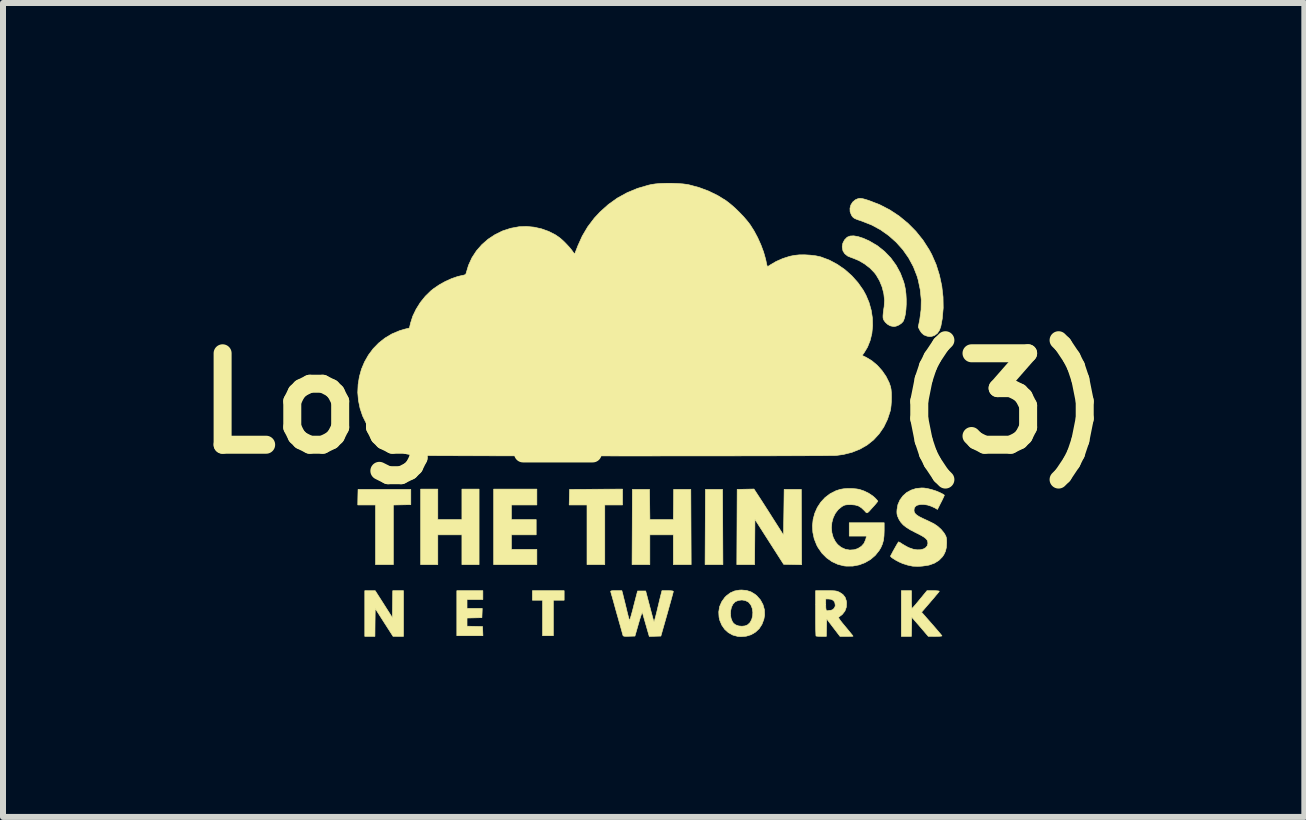
<source format=kicad_pcb>
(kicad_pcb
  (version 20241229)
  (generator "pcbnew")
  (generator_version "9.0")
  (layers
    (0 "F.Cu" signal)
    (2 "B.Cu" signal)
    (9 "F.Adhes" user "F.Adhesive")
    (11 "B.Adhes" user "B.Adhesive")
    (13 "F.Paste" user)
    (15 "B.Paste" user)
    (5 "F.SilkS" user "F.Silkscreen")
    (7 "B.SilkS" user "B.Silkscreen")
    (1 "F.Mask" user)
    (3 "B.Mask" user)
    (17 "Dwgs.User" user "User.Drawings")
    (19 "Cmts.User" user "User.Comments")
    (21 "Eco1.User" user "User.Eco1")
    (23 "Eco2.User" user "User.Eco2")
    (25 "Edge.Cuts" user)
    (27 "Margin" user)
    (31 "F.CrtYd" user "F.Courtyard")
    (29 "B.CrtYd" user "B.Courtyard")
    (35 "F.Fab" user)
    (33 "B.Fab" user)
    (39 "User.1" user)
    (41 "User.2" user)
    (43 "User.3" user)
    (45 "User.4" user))
  (footprint "Logo_TTN (3)"
    (layer "F.Cu")
    (at 7.845 3.673)
    (property "Reference" "Logo_TTN (3)" (at 0 0 0) (layer "F.SilkS") (effects (font (size 1.524 1.524) (thickness 0.3))))
    (attr through_hole)
    (fp_poly (pts (xy 1.151 2.061) (xy 1.154 2.688) (xy 0.857 2.688) (xy 0.86 2.061) (xy 0.863 1.434) (xy 1.148 1.434) (xy 1.151 2.061)) (stroke (width 0.01) (type solid)) (fill yes) (layer "F.SilkS"))
    (fp_poly (pts (xy -1.492 3.281) (xy -1.672 3.281) (xy -1.672 3.873) (xy -1.852 3.873) (xy -1.852 3.281) (xy -2.021 3.281) (xy -2.021 3.122) (xy -1.492 3.122) (xy -1.492 3.281)) (stroke (width 0.01) (type solid)) (fill yes) (layer "F.SilkS"))
    (fp_poly (pts (xy -0.519 1.693) (xy -0.815 1.693) (xy -0.815 2.688) (xy -1.111 2.688) (xy -1.111 1.693) (xy -1.408 1.693) (xy -1.405 1.564) (xy -1.402 1.434) (xy -0.519 1.429) (xy -0.519 1.693)) (stroke (width 0.01) (type solid)) (fill yes) (layer "F.SilkS"))
    (fp_poly (pts (xy -4.048 1.688) (xy -4.194 1.691) (xy -4.339 1.694) (xy -4.339 2.688) (xy -4.636 2.688) (xy -4.636 1.693) (xy -4.932 1.693) (xy -4.93 1.564) (xy -4.927 1.434) (xy -4.048 1.434) (xy -4.048 1.688)) (stroke (width 0.01) (type solid)) (fill yes) (layer "F.SilkS"))
    (fp_poly (pts (xy -3.598 1.937) (xy -3.196 1.937) (xy -3.196 1.429) (xy -2.91 1.429) (xy -2.91 2.688) (xy -3.196 2.688) (xy -3.196 2.191) (xy -3.598 2.191) (xy -3.598 2.688) (xy -3.884 2.688) (xy -3.884 1.429) (xy -3.598 1.429) (xy -3.598 1.937)) (stroke (width 0.01) (type solid)) (fill yes) (layer "F.SilkS"))
    (fp_poly (pts (xy -1.947 1.693) (xy -2.371 1.693) (xy -2.371 1.937) (xy -1.958 1.937) (xy -1.958 2.191) (xy -2.371 2.191) (xy -2.371 2.434) (xy -1.947 2.434) (xy -1.947 2.688) (xy -2.667 2.688) (xy -2.667 1.429) (xy -1.947 1.429) (xy -1.947 1.693)) (stroke (width 0.01) (type solid)) (fill yes) (layer "F.SilkS"))
    (fp_poly (pts (xy -2.847 3.27) (xy -3.111 3.27) (xy -3.111 3.418) (xy -2.857 3.418) (xy -2.863 3.572) (xy -2.987 3.575) (xy -3.111 3.578) (xy -3.111 3.714) (xy -2.852 3.72) (xy -2.849 3.797) (xy -2.846 3.873) (xy -3.281 3.873) (xy -3.281 3.122) (xy -2.847 3.122) (xy -2.847 3.27)) (stroke (width 0.01) (type solid)) (fill yes) (layer "F.SilkS"))
    (fp_poly (pts (xy -4.17 3.884) (xy -4.257 3.884) (xy -4.344 3.883) (xy -4.493 3.651) (xy -4.641 3.419) (xy -4.644 3.651) (xy -4.646 3.884) (xy -4.815 3.884) (xy -4.815 3.122) (xy -4.728 3.123) (xy -4.641 3.123) (xy -4.498 3.347) (xy -4.355 3.572) (xy -4.349 3.122) (xy -4.17 3.122) (xy -4.17 3.884)) (stroke (width 0.01) (type solid)) (fill yes) (layer "F.SilkS"))
    (fp_poly (pts (xy -0.063 1.937) (xy 0.328 1.937) (xy 0.331 1.685) (xy 0.333 1.434) (xy 0.619 1.434) (xy 0.622 2.061) (xy 0.625 2.688) (xy 0.328 2.688) (xy 0.328 2.191) (xy -0.064 2.191) (xy -0.064 2.688) (xy -0.36 2.688) (xy -0.357 2.061) (xy -0.355 1.434) (xy -0.069 1.434) (xy -0.063 1.937)) (stroke (width 0.01) (type solid)) (fill yes) (layer "F.SilkS"))
    (fp_poly (pts (xy 1.76 1.563) (xy 1.791 1.61) (xy 1.83 1.671) (xy 1.875 1.741) (xy 1.923 1.816) (xy 1.971 1.892) (xy 2.006 1.947) (xy 2.164 2.195) (xy 2.17 1.815) (xy 2.175 1.434) (xy 2.461 1.434) (xy 2.463 2.061) (xy 2.466 2.689) (xy 2.167 2.683) (xy 1.927 2.308) (xy 1.688 1.934) (xy 1.685 2.311) (xy 1.682 2.688) (xy 1.386 2.688) (xy 1.389 2.061) (xy 1.392 1.434) (xy 1.532 1.431) (xy 1.672 1.428) (xy 1.76 1.563)) (stroke (width 0.01) (type solid)) (fill yes) (layer "F.SilkS"))
    (fp_poly (pts (xy 4.297 3.27) (xy 4.297 3.323) (xy 4.299 3.368) (xy 4.301 3.401) (xy 4.304 3.417) (xy 4.305 3.418) (xy 4.314 3.41) (xy 4.334 3.389) (xy 4.363 3.356) (xy 4.398 3.314) (xy 4.434 3.27) (xy 4.556 3.122) (xy 4.66 3.122) (xy 4.708 3.123) (xy 4.742 3.126) (xy 4.759 3.13) (xy 4.761 3.132) (xy 4.753 3.143) (xy 4.734 3.167) (xy 4.704 3.202) (xy 4.668 3.246) (xy 4.625 3.295) (xy 4.611 3.312) (xy 4.465 3.481) (xy 4.635 3.674) (xy 4.682 3.728) (xy 4.724 3.777) (xy 4.759 3.818) (xy 4.786 3.85) (xy 4.801 3.87) (xy 4.805 3.876) (xy 4.795 3.879) (xy 4.768 3.882) (xy 4.729 3.883) (xy 4.691 3.884) (xy 4.577 3.883) (xy 4.44 3.723) (xy 4.302 3.564) (xy 4.299 3.724) (xy 4.296 3.884) (xy 4.128 3.884) (xy 4.128 3.122) (xy 4.297 3.122) (xy 4.297 3.27)) (stroke (width 0.01) (type solid)) (fill yes) (layer "F.SilkS"))
    (fp_poly (pts (xy 3.409 -2.779) (xy 3.495 -2.751) (xy 3.595 -2.706) (xy 3.598 -2.704) (xy 3.729 -2.627) (xy 3.847 -2.533) (xy 3.951 -2.425) (xy 4.04 -2.303) (xy 4.112 -2.17) (xy 4.167 -2.025) (xy 4.18 -1.978) (xy 4.195 -1.905) (xy 4.205 -1.824) (xy 4.21 -1.738) (xy 4.21 -1.651) (xy 4.205 -1.567) (xy 4.196 -1.491) (xy 4.182 -1.427) (xy 4.164 -1.377) (xy 4.156 -1.363) (xy 4.126 -1.332) (xy 4.085 -1.305) (xy 4.041 -1.287) (xy 4.006 -1.281) (xy 3.971 -1.286) (xy 3.942 -1.293) (xy 3.901 -1.316) (xy 3.861 -1.352) (xy 3.834 -1.391) (xy 3.827 -1.409) (xy 3.823 -1.433) (xy 3.823 -1.464) (xy 3.827 -1.507) (xy 3.834 -1.565) (xy 3.842 -1.614) (xy 3.848 -1.719) (xy 3.836 -1.829) (xy 3.808 -1.939) (xy 3.765 -2.044) (xy 3.708 -2.141) (xy 3.679 -2.179) (xy 3.604 -2.256) (xy 3.514 -2.325) (xy 3.416 -2.382) (xy 3.316 -2.423) (xy 3.3 -2.428) (xy 3.234 -2.455) (xy 3.186 -2.493) (xy 3.155 -2.541) (xy 3.144 -2.601) (xy 3.143 -2.611) (xy 3.153 -2.67) (xy 3.181 -2.724) (xy 3.223 -2.767) (xy 3.227 -2.77) (xy 3.274 -2.789) (xy 3.335 -2.792) (xy 3.409 -2.779)) (stroke (width 0.01) (type solid)) (fill yes) (layer "F.SilkS"))
    (fp_poly (pts (xy 1.55 3.119) (xy 1.624 3.143) (xy 1.691 3.184) (xy 1.72 3.208) (xy 1.78 3.277) (xy 1.822 3.355) (xy 1.846 3.44) (xy 1.849 3.529) (xy 1.837 3.598) (xy 1.805 3.683) (xy 1.758 3.756) (xy 1.697 3.813) (xy 1.624 3.856) (xy 1.542 3.881) (xy 1.452 3.888) (xy 1.4 3.884) (xy 1.319 3.862) (xy 1.246 3.822) (xy 1.185 3.767) (xy 1.136 3.697) (xy 1.102 3.616) (xy 1.09 3.565) (xy 1.087 3.52) (xy 1.28 3.52) (xy 1.289 3.581) (xy 1.31 3.635) (xy 1.331 3.666) (xy 1.368 3.693) (xy 1.417 3.71) (xy 1.471 3.715) (xy 1.524 3.709) (xy 1.567 3.691) (xy 1.607 3.653) (xy 1.634 3.602) (xy 1.65 3.543) (xy 1.653 3.481) (xy 1.644 3.42) (xy 1.622 3.364) (xy 1.588 3.32) (xy 1.576 3.31) (xy 1.527 3.286) (xy 1.471 3.277) (xy 1.413 3.284) (xy 1.362 3.305) (xy 1.356 3.31) (xy 1.321 3.347) (xy 1.296 3.398) (xy 1.283 3.458) (xy 1.28 3.52) (xy 1.087 3.52) (xy 1.085 3.475) (xy 1.099 3.388) (xy 1.134 3.307) (xy 1.186 3.234) (xy 1.212 3.208) (xy 1.278 3.158) (xy 1.349 3.127) (xy 1.428 3.113) (xy 1.466 3.111) (xy 1.55 3.119)) (stroke (width 0.01) (type solid)) (fill yes) (layer "F.SilkS"))
    (fp_poly (pts (xy 3.49 -3.41) (xy 3.537 -3.397) (xy 3.59 -3.38) (xy 3.766 -3.312) (xy 3.933 -3.226) (xy 4.091 -3.122) (xy 4.237 -3.002) (xy 4.37 -2.868) (xy 4.489 -2.72) (xy 4.591 -2.561) (xy 4.635 -2.48) (xy 4.708 -2.313) (xy 4.763 -2.137) (xy 4.802 -1.956) (xy 4.823 -1.773) (xy 4.826 -1.59) (xy 4.81 -1.411) (xy 4.787 -1.287) (xy 4.764 -1.22) (xy 4.729 -1.168) (xy 4.684 -1.134) (xy 4.658 -1.124) (xy 4.627 -1.115) (xy 4.602 -1.113) (xy 4.573 -1.117) (xy 4.552 -1.122) (xy 4.502 -1.142) (xy 4.462 -1.179) (xy 4.435 -1.221) (xy 4.41 -1.272) (xy 4.435 -1.395) (xy 4.457 -1.559) (xy 4.46 -1.727) (xy 4.443 -1.896) (xy 4.408 -2.061) (xy 4.39 -2.122) (xy 4.329 -2.278) (xy 4.25 -2.424) (xy 4.154 -2.561) (xy 4.042 -2.686) (xy 3.917 -2.797) (xy 3.78 -2.894) (xy 3.632 -2.974) (xy 3.474 -3.036) (xy 3.469 -3.038) (xy 3.412 -3.057) (xy 3.372 -3.072) (xy 3.343 -3.086) (xy 3.324 -3.101) (xy 3.308 -3.119) (xy 3.295 -3.141) (xy 3.274 -3.195) (xy 3.272 -3.252) (xy 3.287 -3.307) (xy 3.317 -3.355) (xy 3.361 -3.392) (xy 3.371 -3.397) (xy 3.399 -3.409) (xy 3.425 -3.416) (xy 3.454 -3.416) (xy 3.49 -3.41)) (stroke (width 0.01) (type solid)) (fill yes) (layer "F.SilkS"))
    (fp_poly (pts (xy 2.936 3.122) (xy 2.984 3.123) (xy 3.018 3.125) (xy 3.044 3.129) (xy 3.065 3.135) (xy 3.085 3.143) (xy 3.1 3.15) (xy 3.154 3.186) (xy 3.191 3.233) (xy 3.211 3.292) (xy 3.215 3.324) (xy 3.211 3.397) (xy 3.188 3.461) (xy 3.145 3.517) (xy 3.088 3.561) (xy 3.083 3.567) (xy 3.085 3.578) (xy 3.095 3.595) (xy 3.114 3.622) (xy 3.144 3.66) (xy 3.186 3.711) (xy 3.197 3.724) (xy 3.237 3.772) (xy 3.271 3.814) (xy 3.299 3.848) (xy 3.317 3.871) (xy 3.323 3.88) (xy 3.323 3.88) (xy 3.313 3.882) (xy 3.287 3.883) (xy 3.248 3.884) (xy 3.214 3.884) (xy 3.106 3.884) (xy 2.995 3.739) (xy 2.884 3.593) (xy 2.881 3.739) (xy 2.878 3.884) (xy 2.795 3.884) (xy 2.755 3.883) (xy 2.724 3.881) (xy 2.707 3.878) (xy 2.706 3.877) (xy 2.704 3.865) (xy 2.703 3.835) (xy 2.701 3.788) (xy 2.7 3.727) (xy 2.699 3.655) (xy 2.699 3.574) (xy 2.699 3.496) (xy 2.699 3.26) (xy 2.868 3.26) (xy 2.868 3.354) (xy 2.869 3.404) (xy 2.873 3.436) (xy 2.881 3.453) (xy 2.895 3.457) (xy 2.909 3.455) (xy 2.93 3.451) (xy 2.949 3.45) (xy 2.98 3.441) (xy 3.007 3.417) (xy 3.024 3.385) (xy 3.027 3.366) (xy 3.019 3.318) (xy 2.996 3.285) (xy 2.957 3.265) (xy 2.91 3.26) (xy 2.868 3.26) (xy 2.699 3.26) (xy 2.699 3.122) (xy 2.871 3.122) (xy 2.936 3.122)) (stroke (width 0.01) (type solid)) (fill yes) (layer "F.SilkS"))
    (fp_poly (pts (xy 3.311 1.42) (xy 3.381 1.426) (xy 3.428 1.434) (xy 3.505 1.46) (xy 3.582 1.497) (xy 3.651 1.543) (xy 3.686 1.573) (xy 3.712 1.6) (xy 3.729 1.62) (xy 3.736 1.631) (xy 3.729 1.641) (xy 3.711 1.664) (xy 3.685 1.695) (xy 3.666 1.716) (xy 3.624 1.762) (xy 3.595 1.795) (xy 3.574 1.815) (xy 3.56 1.824) (xy 3.548 1.823) (xy 3.536 1.814) (xy 3.522 1.798) (xy 3.511 1.786) (xy 3.462 1.74) (xy 3.413 1.71) (xy 3.358 1.694) (xy 3.291 1.688) (xy 3.28 1.688) (xy 3.234 1.689) (xy 3.202 1.692) (xy 3.176 1.699) (xy 3.151 1.712) (xy 3.137 1.72) (xy 3.076 1.77) (xy 3.027 1.834) (xy 2.992 1.907) (xy 2.97 1.988) (xy 2.963 2.071) (xy 2.97 2.154) (xy 2.992 2.234) (xy 3.03 2.307) (xy 3.067 2.353) (xy 3.126 2.401) (xy 3.195 2.432) (xy 3.268 2.445) (xy 3.342 2.44) (xy 3.403 2.42) (xy 3.462 2.383) (xy 3.505 2.335) (xy 3.533 2.272) (xy 3.54 2.246) (xy 3.547 2.212) (xy 3.26 2.212) (xy 3.26 1.99) (xy 3.842 1.99) (xy 3.842 2.121) (xy 3.839 2.209) (xy 3.83 2.283) (xy 3.812 2.346) (xy 3.786 2.406) (xy 3.759 2.451) (xy 3.694 2.533) (xy 3.615 2.601) (xy 3.524 2.654) (xy 3.425 2.692) (xy 3.32 2.712) (xy 3.213 2.713) (xy 3.174 2.709) (xy 3.07 2.683) (xy 2.972 2.638) (xy 2.883 2.575) (xy 2.805 2.497) (xy 2.741 2.405) (xy 2.719 2.365) (xy 2.676 2.258) (xy 2.653 2.149) (xy 2.647 2.04) (xy 2.658 1.933) (xy 2.686 1.83) (xy 2.728 1.735) (xy 2.786 1.647) (xy 2.856 1.571) (xy 2.94 1.507) (xy 3.035 1.458) (xy 3.108 1.434) (xy 3.166 1.424) (xy 3.236 1.419) (xy 3.311 1.42)) (stroke (width 0.01) (type solid)) (fill yes) (layer "F.SilkS"))
    (fp_poly (pts (xy -0.52 3.159) (xy -0.514 3.181) (xy -0.505 3.22) (xy -0.492 3.271) (xy -0.477 3.331) (xy -0.461 3.397) (xy -0.458 3.408) (xy -0.443 3.472) (xy -0.429 3.527) (xy -0.417 3.573) (xy -0.407 3.604) (xy -0.402 3.619) (xy -0.402 3.619) (xy -0.397 3.61) (xy -0.389 3.582) (xy -0.376 3.54) (xy -0.361 3.485) (xy -0.344 3.422) (xy -0.332 3.373) (xy -0.268 3.127) (xy -0.133 3.127) (xy -0.083 3.318) (xy -0.059 3.409) (xy -0.04 3.481) (xy -0.025 3.537) (xy -0.014 3.578) (xy -0.006 3.606) (xy -0.000045 3.624) (xy 0.004 3.633) (xy 0.007 3.635) (xy 0.009 3.632) (xy 0.011 3.627) (xy 0.012 3.624) (xy 0.017 3.608) (xy 0.027 3.574) (xy 0.039 3.527) (xy 0.053 3.471) (xy 0.068 3.407) (xy 0.069 3.403) (xy 0.085 3.337) (xy 0.099 3.277) (xy 0.112 3.225) (xy 0.122 3.185) (xy 0.128 3.162) (xy 0.128 3.162) (xy 0.138 3.122) (xy 0.233 3.122) (xy 0.282 3.123) (xy 0.312 3.126) (xy 0.326 3.132) (xy 0.328 3.135) (xy 0.325 3.148) (xy 0.317 3.179) (xy 0.304 3.226) (xy 0.288 3.285) (xy 0.268 3.356) (xy 0.246 3.435) (xy 0.224 3.514) (xy 0.12 3.879) (xy 0.023 3.882) (xy -0.073 3.885) (xy -0.094 3.813) (xy -0.106 3.772) (xy -0.121 3.718) (xy -0.138 3.661) (xy -0.148 3.625) (xy -0.162 3.576) (xy -0.174 3.534) (xy -0.183 3.502) (xy -0.187 3.487) (xy -0.192 3.489) (xy -0.202 3.511) (xy -0.216 3.551) (xy -0.234 3.608) (xy -0.253 3.673) (xy -0.312 3.879) (xy -0.409 3.882) (xy -0.456 3.883) (xy -0.485 3.882) (xy -0.502 3.878) (xy -0.51 3.872) (xy -0.512 3.866) (xy -0.516 3.852) (xy -0.525 3.819) (xy -0.538 3.772) (xy -0.555 3.711) (xy -0.575 3.641) (xy -0.597 3.562) (xy -0.614 3.503) (xy -0.637 3.421) (xy -0.658 3.344) (xy -0.677 3.276) (xy -0.693 3.219) (xy -0.706 3.176) (xy -0.713 3.149) (xy -0.716 3.141) (xy -0.716 3.132) (xy -0.709 3.126) (xy -0.691 3.123) (xy -0.658 3.122) (xy -0.626 3.122) (xy -0.53 3.122) (xy -0.52 3.159)) (stroke (width 0.01) (type solid)) (fill yes) (layer "F.SilkS"))
    (fp_poly (pts (xy 4.506 1.411) (xy 4.568 1.421) (xy 4.636 1.438) (xy 4.705 1.46) (xy 4.768 1.486) (xy 4.821 1.513) (xy 4.845 1.53) (xy 4.842 1.54) (xy 4.831 1.565) (xy 4.814 1.601) (xy 4.792 1.646) (xy 4.789 1.65) (xy 4.73 1.768) (xy 4.686 1.742) (xy 4.625 1.714) (xy 4.562 1.694) (xy 4.499 1.685) (xy 4.442 1.686) (xy 4.395 1.697) (xy 4.366 1.714) (xy 4.345 1.743) (xy 4.339 1.779) (xy 4.339 1.78) (xy 4.343 1.809) (xy 4.357 1.835) (xy 4.383 1.86) (xy 4.424 1.887) (xy 4.481 1.916) (xy 4.518 1.933) (xy 4.568 1.956) (xy 4.615 1.979) (xy 4.654 1.998) (xy 4.675 2.009) (xy 4.735 2.05) (xy 4.792 2.102) (xy 4.838 2.158) (xy 4.853 2.182) (xy 4.869 2.212) (xy 4.878 2.239) (xy 4.882 2.269) (xy 4.883 2.311) (xy 4.883 2.328) (xy 4.878 2.404) (xy 4.863 2.466) (xy 4.837 2.521) (xy 4.813 2.557) (xy 4.753 2.618) (xy 4.678 2.664) (xy 4.588 2.696) (xy 4.483 2.712) (xy 4.445 2.715) (xy 4.397 2.716) (xy 4.354 2.715) (xy 4.322 2.714) (xy 4.313 2.713) (xy 4.23 2.695) (xy 4.149 2.669) (xy 4.092 2.644) (xy 4.039 2.616) (xy 3.995 2.589) (xy 3.964 2.567) (xy 3.949 2.551) (xy 3.948 2.548) (xy 3.952 2.536) (xy 3.966 2.511) (xy 3.984 2.476) (xy 4.007 2.435) (xy 4.03 2.394) (xy 4.051 2.357) (xy 4.069 2.327) (xy 4.08 2.31) (xy 4.081 2.308) (xy 4.091 2.312) (xy 4.113 2.324) (xy 4.143 2.344) (xy 4.185 2.369) (xy 4.232 2.395) (xy 4.26 2.408) (xy 4.326 2.431) (xy 4.389 2.441) (xy 4.447 2.44) (xy 4.496 2.427) (xy 4.535 2.405) (xy 4.561 2.373) (xy 4.571 2.333) (xy 4.567 2.301) (xy 4.558 2.279) (xy 4.54 2.257) (xy 4.511 2.233) (xy 4.469 2.207) (xy 4.411 2.176) (xy 4.364 2.153) (xy 4.279 2.109) (xy 4.212 2.067) (xy 4.16 2.026) (xy 4.121 1.983) (xy 4.09 1.935) (xy 4.08 1.914) (xy 4.064 1.876) (xy 4.056 1.844) (xy 4.054 1.809) (xy 4.056 1.772) (xy 4.071 1.687) (xy 4.105 1.61) (xy 4.154 1.543) (xy 4.216 1.487) (xy 4.291 1.446) (xy 4.374 1.419) (xy 4.465 1.41) (xy 4.506 1.411)) (stroke (width 0.01) (type solid)) (fill yes) (layer "F.SilkS"))
    (fp_poly (pts (xy 0.305 -3.668) (xy 0.4 -3.664) (xy 0.488 -3.658) (xy 0.563 -3.648) (xy 0.588 -3.643) (xy 0.753 -3.599) (xy 0.914 -3.539) (xy 1.066 -3.465) (xy 1.204 -3.38) (xy 1.212 -3.374) (xy 1.279 -3.322) (xy 1.354 -3.257) (xy 1.429 -3.184) (xy 1.501 -3.109) (xy 1.564 -3.035) (xy 1.607 -2.979) (xy 1.672 -2.877) (xy 1.733 -2.763) (xy 1.787 -2.643) (xy 1.832 -2.523) (xy 1.864 -2.41) (xy 1.873 -2.371) (xy 1.882 -2.325) (xy 1.889 -2.297) (xy 1.896 -2.285) (xy 1.908 -2.285) (xy 1.925 -2.295) (xy 1.939 -2.305) (xy 2.039 -2.364) (xy 2.152 -2.414) (xy 2.268 -2.451) (xy 2.343 -2.466) (xy 2.425 -2.475) (xy 2.517 -2.476) (xy 2.613 -2.47) (xy 2.704 -2.459) (xy 2.782 -2.442) (xy 2.788 -2.44) (xy 2.927 -2.388) (xy 3.06 -2.317) (xy 3.186 -2.23) (xy 3.302 -2.127) (xy 3.404 -2.013) (xy 3.492 -1.888) (xy 3.538 -1.804) (xy 3.59 -1.68) (xy 3.626 -1.551) (xy 3.646 -1.421) (xy 3.649 -1.292) (xy 3.637 -1.166) (xy 3.608 -1.047) (xy 3.564 -0.937) (xy 3.506 -0.841) (xy 3.475 -0.799) (xy 3.545 -0.765) (xy 3.639 -0.708) (xy 3.727 -0.634) (xy 3.806 -0.546) (xy 3.873 -0.449) (xy 3.925 -0.345) (xy 3.949 -0.275) (xy 3.957 -0.232) (xy 3.962 -0.173) (xy 3.963 -0.106) (xy 3.962 -0.035) (xy 3.957 0.034) (xy 3.95 0.094) (xy 3.943 0.127) (xy 3.897 0.267) (xy 3.835 0.395) (xy 3.757 0.509) (xy 3.665 0.609) (xy 3.558 0.694) (xy 3.438 0.763) (xy 3.305 0.816) (xy 3.161 0.852) (xy 3.044 0.868) (xy 3.025 0.869) (xy 2.985 0.87) (xy 2.926 0.87) (xy 2.849 0.871) (xy 2.754 0.872) (xy 2.644 0.872) (xy 2.518 0.873) (xy 2.378 0.873) (xy 2.224 0.874) (xy 2.058 0.874) (xy 1.881 0.875) (xy 1.693 0.875) (xy 1.496 0.875) (xy 1.291 0.876) (xy 1.077 0.876) (xy 0.858 0.876) (xy 0.633 0.876) (xy 0.403 0.876) (xy 0.17 0.876) (xy -0.066 0.877) (xy -0.304 0.877) (xy -0.542 0.877) (xy -0.78 0.876) (xy -1.017 0.876) (xy -1.251 0.876) (xy -1.482 0.876) (xy -1.709 0.876) (xy -1.931 0.876) (xy -2.146 0.875) (xy -2.355 0.875) (xy -2.555 0.875) (xy -2.746 0.874) (xy -2.928 0.874) (xy -3.098 0.873) (xy -3.256 0.873) (xy -3.401 0.872) (xy -3.532 0.872) (xy -3.648 0.871) (xy -3.749 0.87) (xy -3.832 0.87) (xy -3.898 0.869) (xy -3.945 0.868) (xy -3.971 0.867) (xy -3.976 0.867) (xy -4.119 0.843) (xy -4.257 0.798) (xy -4.388 0.735) (xy -4.51 0.653) (xy -4.615 0.561) (xy -4.711 0.451) (xy -4.79 0.334) (xy -4.851 0.21) (xy -4.894 0.081) (xy -4.921 -0.05) (xy -4.932 -0.182) (xy -4.926 -0.314) (xy -4.905 -0.444) (xy -4.87 -0.57) (xy -4.819 -0.691) (xy -4.754 -0.805) (xy -4.676 -0.91) (xy -4.584 -1.005) (xy -4.479 -1.088) (xy -4.362 -1.158) (xy -4.233 -1.212) (xy -4.144 -1.238) (xy -4.071 -1.256) (xy -4.052 -1.338) (xy -4.015 -1.454) (xy -3.959 -1.57) (xy -3.889 -1.682) (xy -3.806 -1.785) (xy -3.714 -1.875) (xy -3.669 -1.911) (xy -3.575 -1.975) (xy -3.473 -2.032) (xy -3.369 -2.079) (xy -3.268 -2.114) (xy -3.204 -2.129) (xy -3.165 -2.137) (xy -3.142 -2.145) (xy -3.131 -2.156) (xy -3.126 -2.169) (xy -3.086 -2.302) (xy -3.029 -2.427) (xy -2.954 -2.542) (xy -2.864 -2.645) (xy -2.76 -2.736) (xy -2.645 -2.812) (xy -2.519 -2.874) (xy -2.384 -2.918) (xy -2.243 -2.944) (xy -2.121 -2.949) (xy -1.994 -2.937) (xy -1.869 -2.909) (xy -1.749 -2.866) (xy -1.639 -2.81) (xy -1.569 -2.762) (xy -1.531 -2.73) (xy -1.486 -2.688) (xy -1.44 -2.64) (xy -1.398 -2.594) (xy -1.365 -2.553) (xy -1.357 -2.542) (xy -1.336 -2.512) (xy -1.323 -2.498) (xy -1.314 -2.498) (xy -1.311 -2.505) (xy -1.304 -2.523) (xy -1.291 -2.555) (xy -1.275 -2.596) (xy -1.264 -2.625) (xy -1.19 -2.789) (xy -1.099 -2.943) (xy -0.989 -3.088) (xy -0.894 -3.19) (xy -0.756 -3.314) (xy -0.605 -3.422) (xy -0.443 -3.511) (xy -0.27 -3.583) (xy -0.089 -3.636) (xy -0.037 -3.648) (xy 0.031 -3.658) (xy 0.115 -3.665) (xy 0.208 -3.668) (xy 0.305 -3.668)) (stroke (width 0.01) (type solid)) (fill yes) (layer "F.SilkS")))
  (gr_rect
    (start -3 -3)
    (end 18.69 10.566)
    (stroke (width 0.1) (type default))
    (fill no)
    (layer "Edge.Cuts")))
</source>
